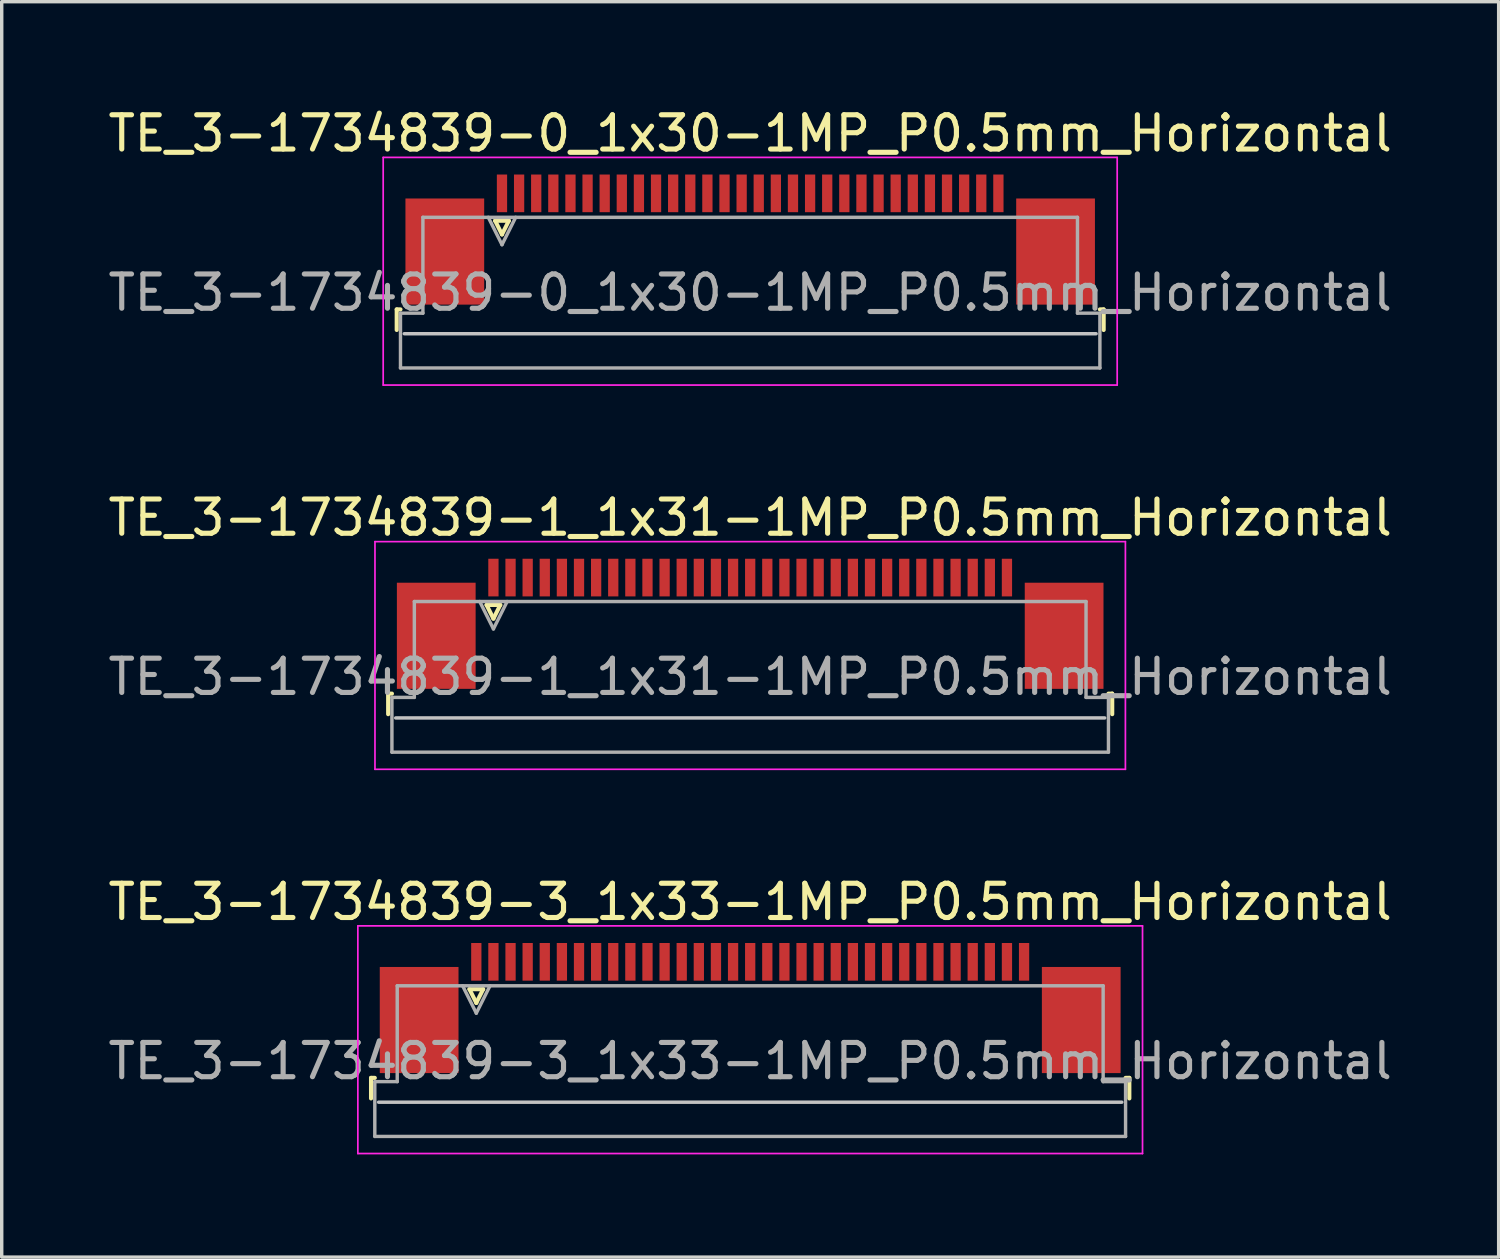
<source format=kicad_pcb>
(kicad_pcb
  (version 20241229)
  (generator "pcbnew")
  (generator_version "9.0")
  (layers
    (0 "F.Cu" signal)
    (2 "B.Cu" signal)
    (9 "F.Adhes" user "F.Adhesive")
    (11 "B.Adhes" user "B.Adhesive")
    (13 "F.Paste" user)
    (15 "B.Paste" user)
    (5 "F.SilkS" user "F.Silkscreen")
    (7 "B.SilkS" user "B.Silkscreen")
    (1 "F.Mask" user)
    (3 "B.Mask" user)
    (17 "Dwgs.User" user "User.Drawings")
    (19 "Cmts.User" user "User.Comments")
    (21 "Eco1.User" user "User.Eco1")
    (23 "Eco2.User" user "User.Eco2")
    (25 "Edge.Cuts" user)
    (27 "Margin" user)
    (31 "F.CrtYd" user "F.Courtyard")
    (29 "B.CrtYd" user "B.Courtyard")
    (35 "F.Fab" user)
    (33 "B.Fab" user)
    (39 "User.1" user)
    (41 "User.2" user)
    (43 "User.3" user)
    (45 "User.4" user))
  (footprint "TE_3-1734839-0_1x30-1MP_P0.5mm_Horizontal"
    (layer "F.Cu")
    (at 18.863 3.948)
    (property "Reference" "TE_3-1734839-0_1x30-1MP_P0.5mm_Horizontal" (at 0 -3.1 0) (layer "F.SilkS") (effects (font (size 1 1) (thickness 0.15))))
    (attr smd)
    (fp_line (start -10.325 2.04) (end -10.325 2.64) (stroke (width 0.12) (type solid)) (layer "F.SilkS"))
    (fp_line (start -10.215 2.04) (end -10.325 2.04) (stroke (width 0.12) (type solid)) (layer "F.SilkS"))
    (fp_line (start -7.45 -0.55) (end -7.25 -0.15) (stroke (width 0.12) (type solid)) (layer "F.SilkS"))
    (fp_line (start -7.25 -0.15) (end -7.05 -0.55) (stroke (width 0.12) (type solid)) (layer "F.SilkS"))
    (fp_line (start -7.05 -0.55) (end -7.45 -0.55) (stroke (width 0.12) (type solid)) (layer "F.SilkS"))
    (fp_line (start 10.215 2.04) (end 10.325 2.04) (stroke (width 0.12) (type solid)) (layer "F.SilkS"))
    (fp_line (start 10.325 2.04) (end 10.325 2.64) (stroke (width 0.12) (type solid)) (layer "F.SilkS"))
    (fp_line (start 10.105 2.75) (end -10.105 2.75) (stroke (width 0.1) (type solid)) (layer "Dwgs.User"))
    (fp_line (start -10.72 -2.4) (end -10.72 4.25) (stroke (width 0.05) (type solid)) (layer "F.CrtYd"))
    (fp_line (start -10.72 4.25) (end 10.72 4.25) (stroke (width 0.05) (type solid)) (layer "F.CrtYd"))
    (fp_line (start 10.72 -2.4) (end -10.72 -2.4) (stroke (width 0.05) (type solid)) (layer "F.CrtYd"))
    (fp_line (start 10.72 4.25) (end 10.72 -2.4) (stroke (width 0.05) (type solid)) (layer "F.CrtYd"))
    (fp_line (start -10.215 2.15) (end -9.56 2.15) (stroke (width 0.1) (type solid)) (layer "F.Fab"))
    (fp_line (start -10.215 3.75) (end -10.215 2.15) (stroke (width 0.1) (type solid)) (layer "F.Fab"))
    (fp_line (start -9.56 -0.65) (end 9.56 -0.65) (stroke (width 0.1) (type solid)) (layer "F.Fab"))
    (fp_line (start -9.56 2.15) (end -9.56 -0.65) (stroke (width 0.1) (type solid)) (layer "F.Fab"))
    (fp_line (start -7.65 -0.65) (end -7.25 0.15) (stroke (width 0.1) (type solid)) (layer "F.Fab"))
    (fp_line (start -7.25 0.15) (end -6.85 -0.65) (stroke (width 0.1) (type solid)) (layer "F.Fab"))
    (fp_line (start 9.56 -0.65) (end 9.56 2.15) (stroke (width 0.1) (type solid)) (layer "F.Fab"))
    (fp_line (start 9.56 2.15) (end 10.215 2.15) (stroke (width 0.1) (type solid)) (layer "F.Fab"))
    (fp_line (start 10.215 2.15) (end 10.215 3.75) (stroke (width 0.1) (type solid)) (layer "F.Fab"))
    (fp_line (start 10.215 3.75) (end -10.215 3.75) (stroke (width 0.1) (type solid)) (layer "F.Fab"))
    (fp_text user "${REFERENCE}" (at 0 1.55 0) (layer "F.Fab") (effects (font (size 1 1) (thickness 0.15))))
    (pad "1" smd rect (at -7.25 -1.35) (size 0.3 1.1) (layers "F.Cu" "F.Mask" "F.Paste"))
    (pad "2" smd rect (at -6.75 -1.35) (size 0.3 1.1) (layers "F.Cu" "F.Mask" "F.Paste"))
    (pad "3" smd rect (at -6.25 -1.35) (size 0.3 1.1) (layers "F.Cu" "F.Mask" "F.Paste"))
    (pad "4" smd rect (at -5.75 -1.35) (size 0.3 1.1) (layers "F.Cu" "F.Mask" "F.Paste"))
    (pad "5" smd rect (at -5.25 -1.35) (size 0.3 1.1) (layers "F.Cu" "F.Mask" "F.Paste"))
    (pad "6" smd rect (at -4.75 -1.35) (size 0.3 1.1) (layers "F.Cu" "F.Mask" "F.Paste"))
    (pad "7" smd rect (at -4.25 -1.35) (size 0.3 1.1) (layers "F.Cu" "F.Mask" "F.Paste"))
    (pad "8" smd rect (at -3.75 -1.35) (size 0.3 1.1) (layers "F.Cu" "F.Mask" "F.Paste"))
    (pad "9" smd rect (at -3.25 -1.35) (size 0.3 1.1) (layers "F.Cu" "F.Mask" "F.Paste"))
    (pad "10" smd rect (at -2.75 -1.35) (size 0.3 1.1) (layers "F.Cu" "F.Mask" "F.Paste"))
    (pad "11" smd rect (at -2.25 -1.35) (size 0.3 1.1) (layers "F.Cu" "F.Mask" "F.Paste"))
    (pad "12" smd rect (at -1.75 -1.35) (size 0.3 1.1) (layers "F.Cu" "F.Mask" "F.Paste"))
    (pad "13" smd rect (at -1.25 -1.35) (size 0.3 1.1) (layers "F.Cu" "F.Mask" "F.Paste"))
    (pad "14" smd rect (at -0.75 -1.35) (size 0.3 1.1) (layers "F.Cu" "F.Mask" "F.Paste"))
    (pad "15" smd rect (at -0.25 -1.35) (size 0.3 1.1) (layers "F.Cu" "F.Mask" "F.Paste"))
    (pad "16" smd rect (at 0.25 -1.35) (size 0.3 1.1) (layers "F.Cu" "F.Mask" "F.Paste"))
    (pad "17" smd rect (at 0.75 -1.35) (size 0.3 1.1) (layers "F.Cu" "F.Mask" "F.Paste"))
    (pad "18" smd rect (at 1.25 -1.35) (size 0.3 1.1) (layers "F.Cu" "F.Mask" "F.Paste"))
    (pad "19" smd rect (at 1.75 -1.35) (size 0.3 1.1) (layers "F.Cu" "F.Mask" "F.Paste"))
    (pad "20" smd rect (at 2.25 -1.35) (size 0.3 1.1) (layers "F.Cu" "F.Mask" "F.Paste"))
    (pad "21" smd rect (at 2.75 -1.35) (size 0.3 1.1) (layers "F.Cu" "F.Mask" "F.Paste"))
    (pad "22" smd rect (at 3.25 -1.35) (size 0.3 1.1) (layers "F.Cu" "F.Mask" "F.Paste"))
    (pad "23" smd rect (at 3.75 -1.35) (size 0.3 1.1) (layers "F.Cu" "F.Mask" "F.Paste"))
    (pad "24" smd rect (at 4.25 -1.35) (size 0.3 1.1) (layers "F.Cu" "F.Mask" "F.Paste"))
    (pad "25" smd rect (at 4.75 -1.35) (size 0.3 1.1) (layers "F.Cu" "F.Mask" "F.Paste"))
    (pad "26" smd rect (at 5.25 -1.35) (size 0.3 1.1) (layers "F.Cu" "F.Mask" "F.Paste"))
    (pad "27" smd rect (at 5.75 -1.35) (size 0.3 1.1) (layers "F.Cu" "F.Mask" "F.Paste"))
    (pad "28" smd rect (at 6.25 -1.35) (size 0.3 1.1) (layers "F.Cu" "F.Mask" "F.Paste"))
    (pad "29" smd rect (at 6.75 -1.35) (size 0.3 1.1) (layers "F.Cu" "F.Mask" "F.Paste"))
    (pad "30" smd rect (at 7.25 -1.35) (size 0.3 1.1) (layers "F.Cu" "F.Mask" "F.Paste"))
    (pad "MP" smd rect (at -8.92 0.35) (size 2.3 3.1) (layers "F.Cu" "F.Mask" "F.Paste"))
    (pad "MP" smd rect (at 8.92 0.35) (size 2.3 3.1) (layers "F.Cu" "F.Mask" "F.Paste")))
  (footprint "TE_3-1734839-3_1x33-1MP_P0.5mm_Horizontal"
    (layer "F.Cu")
    (at 18.863 26.395)
    (property "Reference" "TE_3-1734839-3_1x33-1MP_P0.5mm_Horizontal" (at 0 -3.1 0) (layer "F.SilkS") (effects (font (size 1 1) (thickness 0.15))))
    (attr smd)
    (fp_line (start -11.075 2.04) (end -11.075 2.64) (stroke (width 0.12) (type solid)) (layer "F.SilkS"))
    (fp_line (start -10.965 2.04) (end -11.075 2.04) (stroke (width 0.12) (type solid)) (layer "F.SilkS"))
    (fp_line (start -8.2 -0.55) (end -8 -0.15) (stroke (width 0.12) (type solid)) (layer "F.SilkS"))
    (fp_line (start -8 -0.15) (end -7.8 -0.55) (stroke (width 0.12) (type solid)) (layer "F.SilkS"))
    (fp_line (start -7.8 -0.55) (end -8.2 -0.55) (stroke (width 0.12) (type solid)) (layer "F.SilkS"))
    (fp_line (start 10.965 2.04) (end 11.075 2.04) (stroke (width 0.12) (type solid)) (layer "F.SilkS"))
    (fp_line (start 11.075 2.04) (end 11.075 2.64) (stroke (width 0.12) (type solid)) (layer "F.SilkS"))
    (fp_line (start 10.855 2.75) (end -10.855 2.75) (stroke (width 0.1) (type solid)) (layer "Dwgs.User"))
    (fp_line (start -11.46 -2.4) (end -11.46 4.25) (stroke (width 0.05) (type solid)) (layer "F.CrtYd"))
    (fp_line (start -11.46 4.25) (end 11.46 4.25) (stroke (width 0.05) (type solid)) (layer "F.CrtYd"))
    (fp_line (start 11.46 -2.4) (end -11.46 -2.4) (stroke (width 0.05) (type solid)) (layer "F.CrtYd"))
    (fp_line (start 11.46 4.25) (end 11.46 -2.4) (stroke (width 0.05) (type solid)) (layer "F.CrtYd"))
    (fp_line (start -10.965 2.15) (end -10.31 2.15) (stroke (width 0.1) (type solid)) (layer "F.Fab"))
    (fp_line (start -10.965 3.75) (end -10.965 2.15) (stroke (width 0.1) (type solid)) (layer "F.Fab"))
    (fp_line (start -10.31 -0.65) (end 10.31 -0.65) (stroke (width 0.1) (type solid)) (layer "F.Fab"))
    (fp_line (start -10.31 2.15) (end -10.31 -0.65) (stroke (width 0.1) (type solid)) (layer "F.Fab"))
    (fp_line (start -8.4 -0.65) (end -8 0.15) (stroke (width 0.1) (type solid)) (layer "F.Fab"))
    (fp_line (start -8 0.15) (end -7.6 -0.65) (stroke (width 0.1) (type solid)) (layer "F.Fab"))
    (fp_line (start 10.31 -0.65) (end 10.31 2.15) (stroke (width 0.1) (type solid)) (layer "F.Fab"))
    (fp_line (start 10.31 2.15) (end 10.965 2.15) (stroke (width 0.1) (type solid)) (layer "F.Fab"))
    (fp_line (start 10.965 2.15) (end 10.965 3.75) (stroke (width 0.1) (type solid)) (layer "F.Fab"))
    (fp_line (start 10.965 3.75) (end -10.965 3.75) (stroke (width 0.1) (type solid)) (layer "F.Fab"))
    (fp_text user "${REFERENCE}" (at 0 1.55 0) (layer "F.Fab") (effects (font (size 1 1) (thickness 0.15))))
    (pad "1" smd rect (at -8 -1.35) (size 0.3 1.1) (layers "F.Cu" "F.Mask" "F.Paste"))
    (pad "2" smd rect (at -7.5 -1.35) (size 0.3 1.1) (layers "F.Cu" "F.Mask" "F.Paste"))
    (pad "3" smd rect (at -7 -1.35) (size 0.3 1.1) (layers "F.Cu" "F.Mask" "F.Paste"))
    (pad "4" smd rect (at -6.5 -1.35) (size 0.3 1.1) (layers "F.Cu" "F.Mask" "F.Paste"))
    (pad "5" smd rect (at -6 -1.35) (size 0.3 1.1) (layers "F.Cu" "F.Mask" "F.Paste"))
    (pad "6" smd rect (at -5.5 -1.35) (size 0.3 1.1) (layers "F.Cu" "F.Mask" "F.Paste"))
    (pad "7" smd rect (at -5 -1.35) (size 0.3 1.1) (layers "F.Cu" "F.Mask" "F.Paste"))
    (pad "8" smd rect (at -4.5 -1.35) (size 0.3 1.1) (layers "F.Cu" "F.Mask" "F.Paste"))
    (pad "9" smd rect (at -4 -1.35) (size 0.3 1.1) (layers "F.Cu" "F.Mask" "F.Paste"))
    (pad "10" smd rect (at -3.5 -1.35) (size 0.3 1.1) (layers "F.Cu" "F.Mask" "F.Paste"))
    (pad "11" smd rect (at -3 -1.35) (size 0.3 1.1) (layers "F.Cu" "F.Mask" "F.Paste"))
    (pad "12" smd rect (at -2.5 -1.35) (size 0.3 1.1) (layers "F.Cu" "F.Mask" "F.Paste"))
    (pad "13" smd rect (at -2 -1.35) (size 0.3 1.1) (layers "F.Cu" "F.Mask" "F.Paste"))
    (pad "14" smd rect (at -1.5 -1.35) (size 0.3 1.1) (layers "F.Cu" "F.Mask" "F.Paste"))
    (pad "15" smd rect (at -1 -1.35) (size 0.3 1.1) (layers "F.Cu" "F.Mask" "F.Paste"))
    (pad "16" smd rect (at -0.5 -1.35) (size 0.3 1.1) (layers "F.Cu" "F.Mask" "F.Paste"))
    (pad "17" smd rect (at 0 -1.35) (size 0.3 1.1) (layers "F.Cu" "F.Mask" "F.Paste"))
    (pad "18" smd rect (at 0.5 -1.35) (size 0.3 1.1) (layers "F.Cu" "F.Mask" "F.Paste"))
    (pad "19" smd rect (at 1 -1.35) (size 0.3 1.1) (layers "F.Cu" "F.Mask" "F.Paste"))
    (pad "20" smd rect (at 1.5 -1.35) (size 0.3 1.1) (layers "F.Cu" "F.Mask" "F.Paste"))
    (pad "21" smd rect (at 2 -1.35) (size 0.3 1.1) (layers "F.Cu" "F.Mask" "F.Paste"))
    (pad "22" smd rect (at 2.5 -1.35) (size 0.3 1.1) (layers "F.Cu" "F.Mask" "F.Paste"))
    (pad "23" smd rect (at 3 -1.35) (size 0.3 1.1) (layers "F.Cu" "F.Mask" "F.Paste"))
    (pad "24" smd rect (at 3.5 -1.35) (size 0.3 1.1) (layers "F.Cu" "F.Mask" "F.Paste"))
    (pad "25" smd rect (at 4 -1.35) (size 0.3 1.1) (layers "F.Cu" "F.Mask" "F.Paste"))
    (pad "26" smd rect (at 4.5 -1.35) (size 0.3 1.1) (layers "F.Cu" "F.Mask" "F.Paste"))
    (pad "27" smd rect (at 5 -1.35) (size 0.3 1.1) (layers "F.Cu" "F.Mask" "F.Paste"))
    (pad "28" smd rect (at 5.5 -1.35) (size 0.3 1.1) (layers "F.Cu" "F.Mask" "F.Paste"))
    (pad "29" smd rect (at 6 -1.35) (size 0.3 1.1) (layers "F.Cu" "F.Mask" "F.Paste"))
    (pad "30" smd rect (at 6.5 -1.35) (size 0.3 1.1) (layers "F.Cu" "F.Mask" "F.Paste"))
    (pad "31" smd rect (at 7 -1.35) (size 0.3 1.1) (layers "F.Cu" "F.Mask" "F.Paste"))
    (pad "32" smd rect (at 7.5 -1.35) (size 0.3 1.1) (layers "F.Cu" "F.Mask" "F.Paste"))
    (pad "33" smd rect (at 8 -1.35) (size 0.3 1.1) (layers "F.Cu" "F.Mask" "F.Paste"))
    (pad "MP" smd rect (at -9.67 0.35) (size 2.3 3.1) (layers "F.Cu" "F.Mask" "F.Paste"))
    (pad "MP" smd rect (at 9.67 0.35) (size 2.3 3.1) (layers "F.Cu" "F.Mask" "F.Paste")))
  (footprint "TE_3-1734839-1_1x31-1MP_P0.5mm_Horizontal"
    (layer "F.Cu")
    (at 18.863 15.171)
    (property "Reference" "TE_3-1734839-1_1x31-1MP_P0.5mm_Horizontal" (at 0 -3.1 0) (layer "F.SilkS") (effects (font (size 1 1) (thickness 0.15))))
    (attr smd)
    (fp_line (start -10.575 2.04) (end -10.575 2.64) (stroke (width 0.12) (type solid)) (layer "F.SilkS"))
    (fp_line (start -10.465 2.04) (end -10.575 2.04) (stroke (width 0.12) (type solid)) (layer "F.SilkS"))
    (fp_line (start -7.7 -0.55) (end -7.5 -0.15) (stroke (width 0.12) (type solid)) (layer "F.SilkS"))
    (fp_line (start -7.5 -0.15) (end -7.3 -0.55) (stroke (width 0.12) (type solid)) (layer "F.SilkS"))
    (fp_line (start -7.3 -0.55) (end -7.7 -0.55) (stroke (width 0.12) (type solid)) (layer "F.SilkS"))
    (fp_line (start 10.465 2.04) (end 10.575 2.04) (stroke (width 0.12) (type solid)) (layer "F.SilkS"))
    (fp_line (start 10.575 2.04) (end 10.575 2.64) (stroke (width 0.12) (type solid)) (layer "F.SilkS"))
    (fp_line (start 10.355 2.75) (end -10.355 2.75) (stroke (width 0.1) (type solid)) (layer "Dwgs.User"))
    (fp_line (start -10.96 -2.4) (end -10.96 4.25) (stroke (width 0.05) (type solid)) (layer "F.CrtYd"))
    (fp_line (start -10.96 4.25) (end 10.96 4.25) (stroke (width 0.05) (type solid)) (layer "F.CrtYd"))
    (fp_line (start 10.96 -2.4) (end -10.96 -2.4) (stroke (width 0.05) (type solid)) (layer "F.CrtYd"))
    (fp_line (start 10.96 4.25) (end 10.96 -2.4) (stroke (width 0.05) (type solid)) (layer "F.CrtYd"))
    (fp_line (start -10.465 2.15) (end -9.81 2.15) (stroke (width 0.1) (type solid)) (layer "F.Fab"))
    (fp_line (start -10.465 3.75) (end -10.465 2.15) (stroke (width 0.1) (type solid)) (layer "F.Fab"))
    (fp_line (start -9.81 -0.65) (end 9.81 -0.65) (stroke (width 0.1) (type solid)) (layer "F.Fab"))
    (fp_line (start -9.81 2.15) (end -9.81 -0.65) (stroke (width 0.1) (type solid)) (layer "F.Fab"))
    (fp_line (start -7.9 -0.65) (end -7.5 0.15) (stroke (width 0.1) (type solid)) (layer "F.Fab"))
    (fp_line (start -7.5 0.15) (end -7.1 -0.65) (stroke (width 0.1) (type solid)) (layer "F.Fab"))
    (fp_line (start 9.81 -0.65) (end 9.81 2.15) (stroke (width 0.1) (type solid)) (layer "F.Fab"))
    (fp_line (start 9.81 2.15) (end 10.465 2.15) (stroke (width 0.1) (type solid)) (layer "F.Fab"))
    (fp_line (start 10.465 2.15) (end 10.465 3.75) (stroke (width 0.1) (type solid)) (layer "F.Fab"))
    (fp_line (start 10.465 3.75) (end -10.465 3.75) (stroke (width 0.1) (type solid)) (layer "F.Fab"))
    (fp_text user "${REFERENCE}" (at 0 1.55 0) (layer "F.Fab") (effects (font (size 1 1) (thickness 0.15))))
    (pad "1" smd rect (at -7.5 -1.35) (size 0.3 1.1) (layers "F.Cu" "F.Mask" "F.Paste"))
    (pad "2" smd rect (at -7 -1.35) (size 0.3 1.1) (layers "F.Cu" "F.Mask" "F.Paste"))
    (pad "3" smd rect (at -6.5 -1.35) (size 0.3 1.1) (layers "F.Cu" "F.Mask" "F.Paste"))
    (pad "4" smd rect (at -6 -1.35) (size 0.3 1.1) (layers "F.Cu" "F.Mask" "F.Paste"))
    (pad "5" smd rect (at -5.5 -1.35) (size 0.3 1.1) (layers "F.Cu" "F.Mask" "F.Paste"))
    (pad "6" smd rect (at -5 -1.35) (size 0.3 1.1) (layers "F.Cu" "F.Mask" "F.Paste"))
    (pad "7" smd rect (at -4.5 -1.35) (size 0.3 1.1) (layers "F.Cu" "F.Mask" "F.Paste"))
    (pad "8" smd rect (at -4 -1.35) (size 0.3 1.1) (layers "F.Cu" "F.Mask" "F.Paste"))
    (pad "9" smd rect (at -3.5 -1.35) (size 0.3 1.1) (layers "F.Cu" "F.Mask" "F.Paste"))
    (pad "10" smd rect (at -3 -1.35) (size 0.3 1.1) (layers "F.Cu" "F.Mask" "F.Paste"))
    (pad "11" smd rect (at -2.5 -1.35) (size 0.3 1.1) (layers "F.Cu" "F.Mask" "F.Paste"))
    (pad "12" smd rect (at -2 -1.35) (size 0.3 1.1) (layers "F.Cu" "F.Mask" "F.Paste"))
    (pad "13" smd rect (at -1.5 -1.35) (size 0.3 1.1) (layers "F.Cu" "F.Mask" "F.Paste"))
    (pad "14" smd rect (at -1 -1.35) (size 0.3 1.1) (layers "F.Cu" "F.Mask" "F.Paste"))
    (pad "15" smd rect (at -0.5 -1.35) (size 0.3 1.1) (layers "F.Cu" "F.Mask" "F.Paste"))
    (pad "16" smd rect (at 0 -1.35) (size 0.3 1.1) (layers "F.Cu" "F.Mask" "F.Paste"))
    (pad "17" smd rect (at 0.5 -1.35) (size 0.3 1.1) (layers "F.Cu" "F.Mask" "F.Paste"))
    (pad "18" smd rect (at 1 -1.35) (size 0.3 1.1) (layers "F.Cu" "F.Mask" "F.Paste"))
    (pad "19" smd rect (at 1.5 -1.35) (size 0.3 1.1) (layers "F.Cu" "F.Mask" "F.Paste"))
    (pad "20" smd rect (at 2 -1.35) (size 0.3 1.1) (layers "F.Cu" "F.Mask" "F.Paste"))
    (pad "21" smd rect (at 2.5 -1.35) (size 0.3 1.1) (layers "F.Cu" "F.Mask" "F.Paste"))
    (pad "22" smd rect (at 3 -1.35) (size 0.3 1.1) (layers "F.Cu" "F.Mask" "F.Paste"))
    (pad "23" smd rect (at 3.5 -1.35) (size 0.3 1.1) (layers "F.Cu" "F.Mask" "F.Paste"))
    (pad "24" smd rect (at 4 -1.35) (size 0.3 1.1) (layers "F.Cu" "F.Mask" "F.Paste"))
    (pad "25" smd rect (at 4.5 -1.35) (size 0.3 1.1) (layers "F.Cu" "F.Mask" "F.Paste"))
    (pad "26" smd rect (at 5 -1.35) (size 0.3 1.1) (layers "F.Cu" "F.Mask" "F.Paste"))
    (pad "27" smd rect (at 5.5 -1.35) (size 0.3 1.1) (layers "F.Cu" "F.Mask" "F.Paste"))
    (pad "28" smd rect (at 6 -1.35) (size 0.3 1.1) (layers "F.Cu" "F.Mask" "F.Paste"))
    (pad "29" smd rect (at 6.5 -1.35) (size 0.3 1.1) (layers "F.Cu" "F.Mask" "F.Paste"))
    (pad "30" smd rect (at 7 -1.35) (size 0.3 1.1) (layers "F.Cu" "F.Mask" "F.Paste"))
    (pad "31" smd rect (at 7.5 -1.35) (size 0.3 1.1) (layers "F.Cu" "F.Mask" "F.Paste"))
    (pad "MP" smd rect (at -9.17 0.35) (size 2.3 3.1) (layers "F.Cu" "F.Mask" "F.Paste"))
    (pad "MP" smd rect (at 9.17 0.35) (size 2.3 3.1) (layers "F.Cu" "F.Mask" "F.Paste")))
  (gr_rect
    (start -3 -3)
    (end 40.726 33.67)
    (stroke (width 0.1) (type default))
    (fill no)
    (layer "Edge.Cuts")))
</source>
